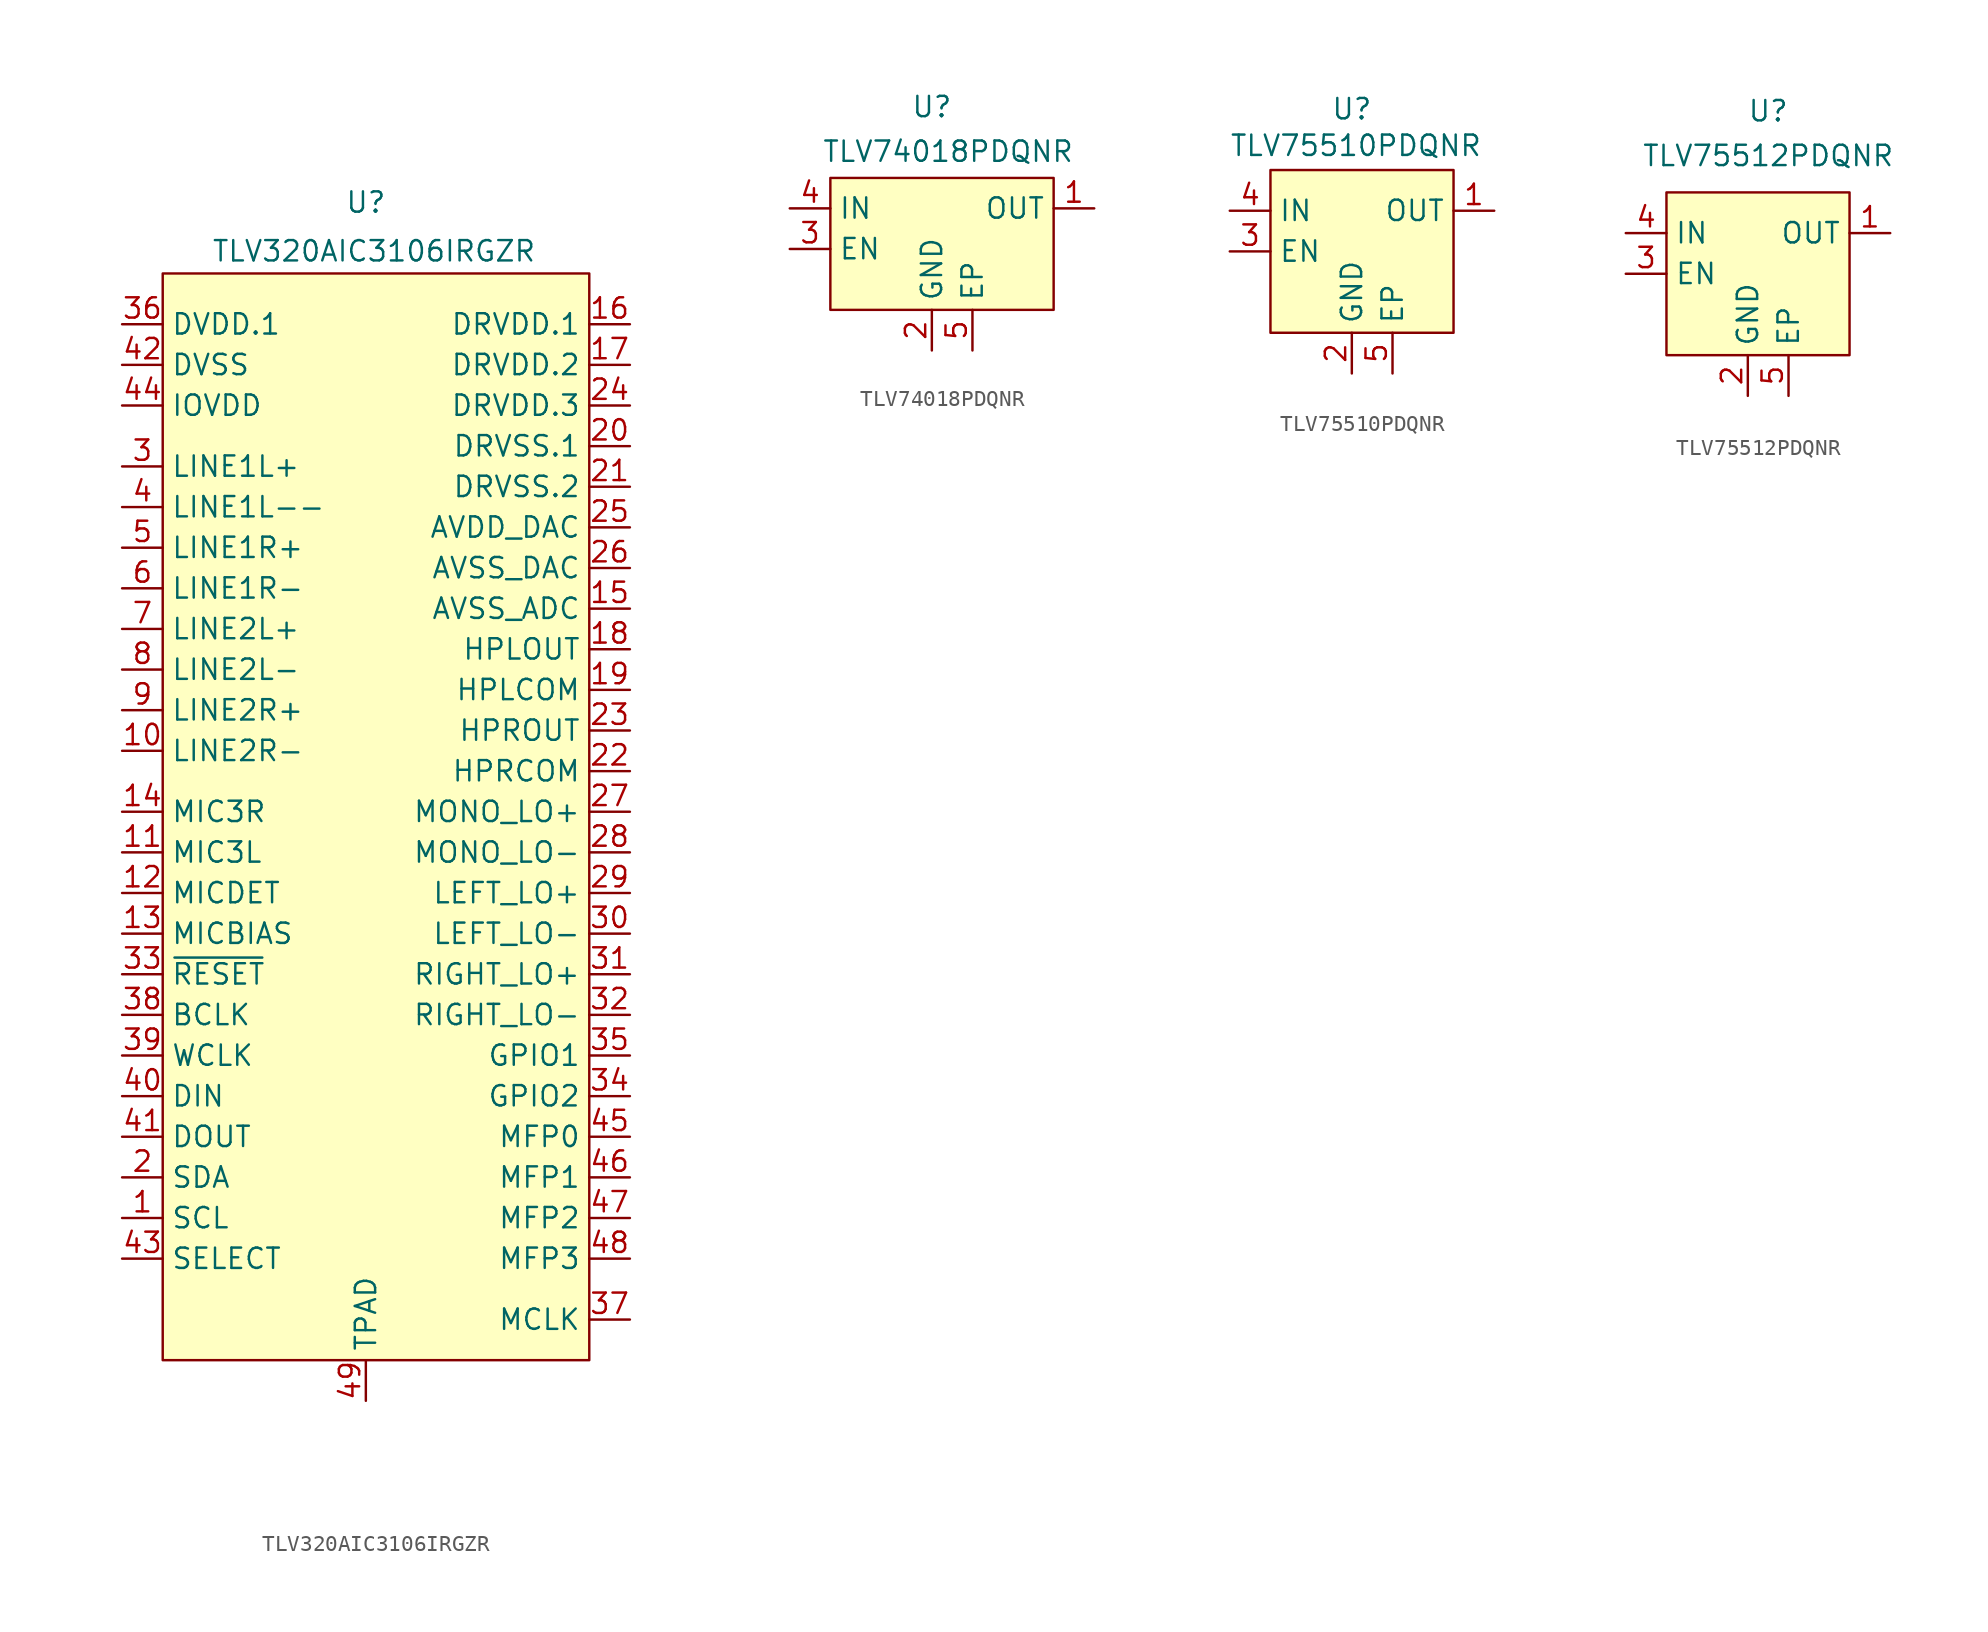
<source format=kicad_sym>
(kicad_symbol_lib
  (version 20241209)
  (generator "kicad_symbol_editor")
  (generator_version "9.0")
  (symbol "TLV320AIC3106IRGZR"
    (property "Reference" "U"
      (at 0 0 0)
      (effects (font (size 1.27 1.27))))
    (property "Value" "TLV320AIC3106IRGZR"
      (at 0.508 -3.048 0)
      (effects (font (size 1.27 1.27))))
    (symbol "TLV320AIC3106IRGZR_0_0"
      (pin passive line (at -15.24 -7.62 0) (length 2.54) (name "DVDD.1" (effects (font (size 1.27 1.27)))) (number "36" (effects (font (size 1.27 1.27)))))
      (pin passive line (at -15.24 -10.16 0) (length 2.54) (name "DVSS" (effects (font (size 1.27 1.27)))) (number "42" (effects (font (size 1.27 1.27)))))
      (pin passive line (at -15.24 -12.7 0) (length 2.54) (name "IOVDD" (effects (font (size 1.27 1.27)))) (number "44" (effects (font (size 1.27 1.27)))))
      (pin passive line (at -15.24 -16.51 0) (length 2.54) (name "LINE1L+" (effects (font (size 1.27 1.27)))) (number "3" (effects (font (size 1.27 1.27)))))
      (pin passive line (at -15.24 -19.05 0) (length 2.54) (name "LINE1L--" (effects (font (size 1.27 1.27)))) (number "4" (effects (font (size 1.27 1.27)))))
      (pin passive line (at -15.24 -21.59 0) (length 2.54) (name "LINE1R+" (effects (font (size 1.27 1.27)))) (number "5" (effects (font (size 1.27 1.27)))))
      (pin passive line (at -15.24 -24.13 0) (length 2.54) (name "LINE1R-" (effects (font (size 1.27 1.27)))) (number "6" (effects (font (size 1.27 1.27)))))
      (pin passive line (at -15.24 -26.67 0) (length 2.54) (name "LINE2L+" (effects (font (size 1.27 1.27)))) (number "7" (effects (font (size 1.27 1.27)))))
      (pin passive line (at -15.24 -29.21 0) (length 2.54) (name "LINE2L-" (effects (font (size 1.27 1.27)))) (number "8" (effects (font (size 1.27 1.27)))))
      (pin passive line (at -15.24 -31.75 0) (length 2.54) (name "LINE2R+" (effects (font (size 1.27 1.27)))) (number "9" (effects (font (size 1.27 1.27)))))
      (pin passive line (at -15.24 -34.29 0) (length 2.54) (name "LINE2R-" (effects (font (size 1.27 1.27)))) (number "10" (effects (font (size 1.27 1.27)))))
      (pin passive line (at -15.24 -38.1 0) (length 2.54) (name "MIC3R" (effects (font (size 1.27 1.27)))) (number "14" (effects (font (size 1.27 1.27)))))
      (pin passive line (at -15.24 -40.64 0) (length 2.54) (name "MIC3L" (effects (font (size 1.27 1.27)))) (number "11" (effects (font (size 1.27 1.27)))))
      (pin passive line (at -15.24 -43.18 0) (length 2.54) (name "MICDET" (effects (font (size 1.27 1.27)))) (number "12" (effects (font (size 1.27 1.27)))))
      (pin passive line (at -15.24 -45.72 0) (length 2.54) (name "MICBIAS" (effects (font (size 1.27 1.27)))) (number "13" (effects (font (size 1.27 1.27)))))
      (pin passive line (at -15.24 -48.26 0) (length 2.54) (name "~{RESET}" (effects (font (size 1.27 1.27)))) (number "33" (effects (font (size 1.27 1.27)))))
      (pin passive line (at -15.24 -50.8 0) (length 2.54) (name "BCLK" (effects (font (size 1.27 1.27)))) (number "38" (effects (font (size 1.27 1.27)))))
      (pin passive line (at -15.24 -53.34 0) (length 2.54) (name "WCLK" (effects (font (size 1.27 1.27)))) (number "39" (effects (font (size 1.27 1.27)))))
      (pin passive line (at -15.24 -55.88 0) (length 2.54) (name "DIN" (effects (font (size 1.27 1.27)))) (number "40" (effects (font (size 1.27 1.27)))))
      (pin passive line (at -15.24 -58.42 0) (length 2.54) (name "DOUT" (effects (font (size 1.27 1.27)))) (number "41" (effects (font (size 1.27 1.27)))))
      (pin passive line (at -15.24 -60.96 0) (length 2.54) (name "SDA" (effects (font (size 1.27 1.27)))) (number "2" (effects (font (size 1.27 1.27)))))
      (pin passive line (at -15.24 -63.5 0) (length 2.54) (name "SCL" (effects (font (size 1.27 1.27)))) (number "1" (effects (font (size 1.27 1.27)))))
      (pin passive line (at -15.24 -66.04 0) (length 2.54) (name "SELECT" (effects (font (size 1.27 1.27)))) (number "43" (effects (font (size 1.27 1.27)))))
      (pin passive line (at 0 -74.93 90) (length 2.54) (name "TPAD" (effects (font (size 1.27 1.27)))) (number "49" (effects (font (size 1.27 1.27)))))
      (pin passive line (at 16.51 -7.62 180) (length 2.54) (name "DRVDD.1" (effects (font (size 1.27 1.27)))) (number "16" (effects (font (size 1.27 1.27)))))
      (pin passive line (at 16.51 -10.16 180) (length 2.54) (name "DRVDD.2" (effects (font (size 1.27 1.27)))) (number "17" (effects (font (size 1.27 1.27)))))
      (pin passive line (at 16.51 -12.7 180) (length 2.54) (name "DRVDD.3" (effects (font (size 1.27 1.27)))) (number "24" (effects (font (size 1.27 1.27)))))
      (pin passive line (at 16.51 -15.24 180) (length 2.54) (name "DRVSS.1" (effects (font (size 1.27 1.27)))) (number "20" (effects (font (size 1.27 1.27)))))
      (pin passive line (at 16.51 -17.78 180) (length 2.54) (name "DRVSS.2" (effects (font (size 1.27 1.27)))) (number "21" (effects (font (size 1.27 1.27)))))
      (pin passive line (at 16.51 -20.32 180) (length 2.54) (name "AVDD_DAC" (effects (font (size 1.27 1.27)))) (number "25" (effects (font (size 1.27 1.27)))))
      (pin passive line (at 16.51 -22.86 180) (length 2.54) (name "AVSS_DAC" (effects (font (size 1.27 1.27)))) (number "26" (effects (font (size 1.27 1.27)))))
      (pin passive line (at 16.51 -25.4 180) (length 2.54) (name "AVSS_ADC" (effects (font (size 1.27 1.27)))) (number "15" (effects (font (size 1.27 1.27)))))
      (pin passive line (at 16.51 -27.94 180) (length 2.54) (name "HPLOUT" (effects (font (size 1.27 1.27)))) (number "18" (effects (font (size 1.27 1.27)))))
      (pin passive line (at 16.51 -30.48 180) (length 2.54) (name "HPLCOM" (effects (font (size 1.27 1.27)))) (number "19" (effects (font (size 1.27 1.27)))))
      (pin passive line (at 16.51 -33.02 180) (length 2.54) (name "HPROUT" (effects (font (size 1.27 1.27)))) (number "23" (effects (font (size 1.27 1.27)))))
      (pin passive line (at 16.51 -35.56 180) (length 2.54) (name "HPRCOM" (effects (font (size 1.27 1.27)))) (number "22" (effects (font (size 1.27 1.27)))))
      (pin passive line (at 16.51 -38.1 180) (length 2.54) (name "MONO_LO+" (effects (font (size 1.27 1.27)))) (number "27" (effects (font (size 1.27 1.27)))))
      (pin passive line (at 16.51 -40.64 180) (length 2.54) (name "MONO_LO-" (effects (font (size 1.27 1.27)))) (number "28" (effects (font (size 1.27 1.27)))))
      (pin passive line (at 16.51 -43.18 180) (length 2.54) (name "LEFT_LO+" (effects (font (size 1.27 1.27)))) (number "29" (effects (font (size 1.27 1.27)))))
      (pin passive line (at 16.51 -45.72 180) (length 2.54) (name "LEFT_LO-" (effects (font (size 1.27 1.27)))) (number "30" (effects (font (size 1.27 1.27)))))
      (pin passive line (at 16.51 -48.26 180) (length 2.54) (name "RIGHT_LO+" (effects (font (size 1.27 1.27)))) (number "31" (effects (font (size 1.27 1.27)))))
      (pin passive line (at 16.51 -50.8 180) (length 2.54) (name "RIGHT_LO-" (effects (font (size 1.27 1.27)))) (number "32" (effects (font (size 1.27 1.27)))))
      (pin passive line (at 16.51 -53.34 180) (length 2.54) (name "GPIO1" (effects (font (size 1.27 1.27)))) (number "35" (effects (font (size 1.27 1.27)))))
      (pin passive line (at 16.51 -55.88 180) (length 2.54) (name "GPIO2" (effects (font (size 1.27 1.27)))) (number "34" (effects (font (size 1.27 1.27)))))
      (pin passive line (at 16.51 -58.42 180) (length 2.54) (name "MFP0" (effects (font (size 1.27 1.27)))) (number "45" (effects (font (size 1.27 1.27)))))
      (pin passive line (at 16.51 -60.96 180) (length 2.54) (name "MFP1" (effects (font (size 1.27 1.27)))) (number "46" (effects (font (size 1.27 1.27)))))
      (pin passive line (at 16.51 -63.5 180) (length 2.54) (name "MFP2" (effects (font (size 1.27 1.27)))) (number "47" (effects (font (size 1.27 1.27)))))
      (pin passive line (at 16.51 -66.04 180) (length 2.54) (name "MFP3" (effects (font (size 1.27 1.27)))) (number "48" (effects (font (size 1.27 1.27)))))
      (pin passive line (at 16.51 -69.85 180) (length 2.54) (name "MCLK" (effects (font (size 1.27 1.27)))) (number "37" (effects (font (size 1.27 1.27))))))
    (symbol "TLV320AIC3106IRGZR_1_1"
      (rectangle (start -12.7 -4.445) (end 13.97 -72.39) (stroke (width 0) (type solid)) (fill (type background)))))
  (symbol "TLV74018PDQNR"
    (property "Reference" "U"
      (at 0 0 0)
      (effects (font (size 1.27 1.27))))
    (property "Value" "TLV74018PDQNR"
      (at 1.016 -2.794 0)
      (effects (font (size 1.27 1.27))))
    (symbol "TLV74018PDQNR_0_0"
      (pin passive line (at -8.89 -6.35 0) (length 2.54) (name "IN" (effects (font (size 1.27 1.27)))) (number "4" (effects (font (size 1.27 1.27)))))
      (pin passive line (at -8.89 -8.89 0) (length 2.54) (name "EN" (effects (font (size 1.27 1.27)))) (number "3" (effects (font (size 1.27 1.27)))))
      (pin passive line (at 0 -15.24 90) (length 2.54) (name "GND" (effects (font (size 1.27 1.27)))) (number "2" (effects (font (size 1.27 1.27)))))
      (pin passive line (at 2.54 -15.24 90) (length 2.54) (name "EP" (effects (font (size 1.27 1.27)))) (number "5" (effects (font (size 1.27 1.27)))))
      (pin passive line (at 10.16 -6.35 180) (length 2.54) (name "OUT" (effects (font (size 1.27 1.27)))) (number "1" (effects (font (size 1.27 1.27))))))
    (symbol "TLV74018PDQNR_1_1"
      (rectangle (start -6.35 -4.445) (end 7.62 -12.7) (stroke (width 0) (type solid)) (fill (type background)))))
  (symbol "TLV75510PDQNR"
    (property "Reference" "U"
      (at 0 0 0)
      (effects (font (size 1.27 1.27))))
    (property "Value" "TLV75510PDQNR"
      (at 0.254 -2.286 0)
      (effects (font (size 1.27 1.27))))
    (symbol "TLV75510PDQNR_0_0"
      (pin passive line (at -7.62 -6.35 0) (length 2.54) (name "IN" (effects (font (size 1.27 1.27)))) (number "4" (effects (font (size 1.27 1.27)))))
      (pin passive line (at -7.62 -8.89 0) (length 2.54) (name "EN" (effects (font (size 1.27 1.27)))) (number "3" (effects (font (size 1.27 1.27)))))
      (pin passive line (at 0 -16.51 90) (length 2.54) (name "GND" (effects (font (size 1.27 1.27)))) (number "2" (effects (font (size 1.27 1.27)))))
      (pin passive line (at 2.54 -16.51 90) (length 2.54) (name "EP" (effects (font (size 1.27 1.27)))) (number "5" (effects (font (size 1.27 1.27)))))
      (pin passive line (at 8.89 -6.35 180) (length 2.54) (name "OUT" (effects (font (size 1.27 1.27)))) (number "1" (effects (font (size 1.27 1.27))))))
    (symbol "TLV75510PDQNR_1_1"
      (rectangle (start -5.08 -3.81) (end 6.35 -13.97) (stroke (width 0) (type solid)) (fill (type background)))))
  (symbol "TLV75512PDQNR"
    (property "Reference" "U"
      (at 0 0 0)
      (effects (font (size 1.27 1.27))))
    (property "Value" "TLV75512PDQNR"
      (at 0 -2.794 0)
      (effects (font (size 1.27 1.27))))
    (symbol "TLV75512PDQNR_0_0"
      (pin passive line (at -8.89 -7.62 0) (length 2.54) (name "IN" (effects (font (size 1.27 1.27)))) (number "4" (effects (font (size 1.27 1.27)))))
      (pin passive line (at -8.89 -10.16 0) (length 2.54) (name "EN" (effects (font (size 1.27 1.27)))) (number "3" (effects (font (size 1.27 1.27)))))
      (pin passive line (at -1.27 -17.78 90) (length 2.54) (name "GND" (effects (font (size 1.27 1.27)))) (number "2" (effects (font (size 1.27 1.27)))))
      (pin passive line (at 1.27 -17.78 90) (length 2.54) (name "EP" (effects (font (size 1.27 1.27)))) (number "5" (effects (font (size 1.27 1.27)))))
      (pin passive line (at 7.62 -7.62 180) (length 2.54) (name "OUT" (effects (font (size 1.27 1.27)))) (number "1" (effects (font (size 1.27 1.27))))))
    (symbol "TLV75512PDQNR_1_1"
      (rectangle (start -6.35 -5.08) (end 5.08 -15.24) (stroke (width 0) (type solid)) (fill (type background))))))
</source>
